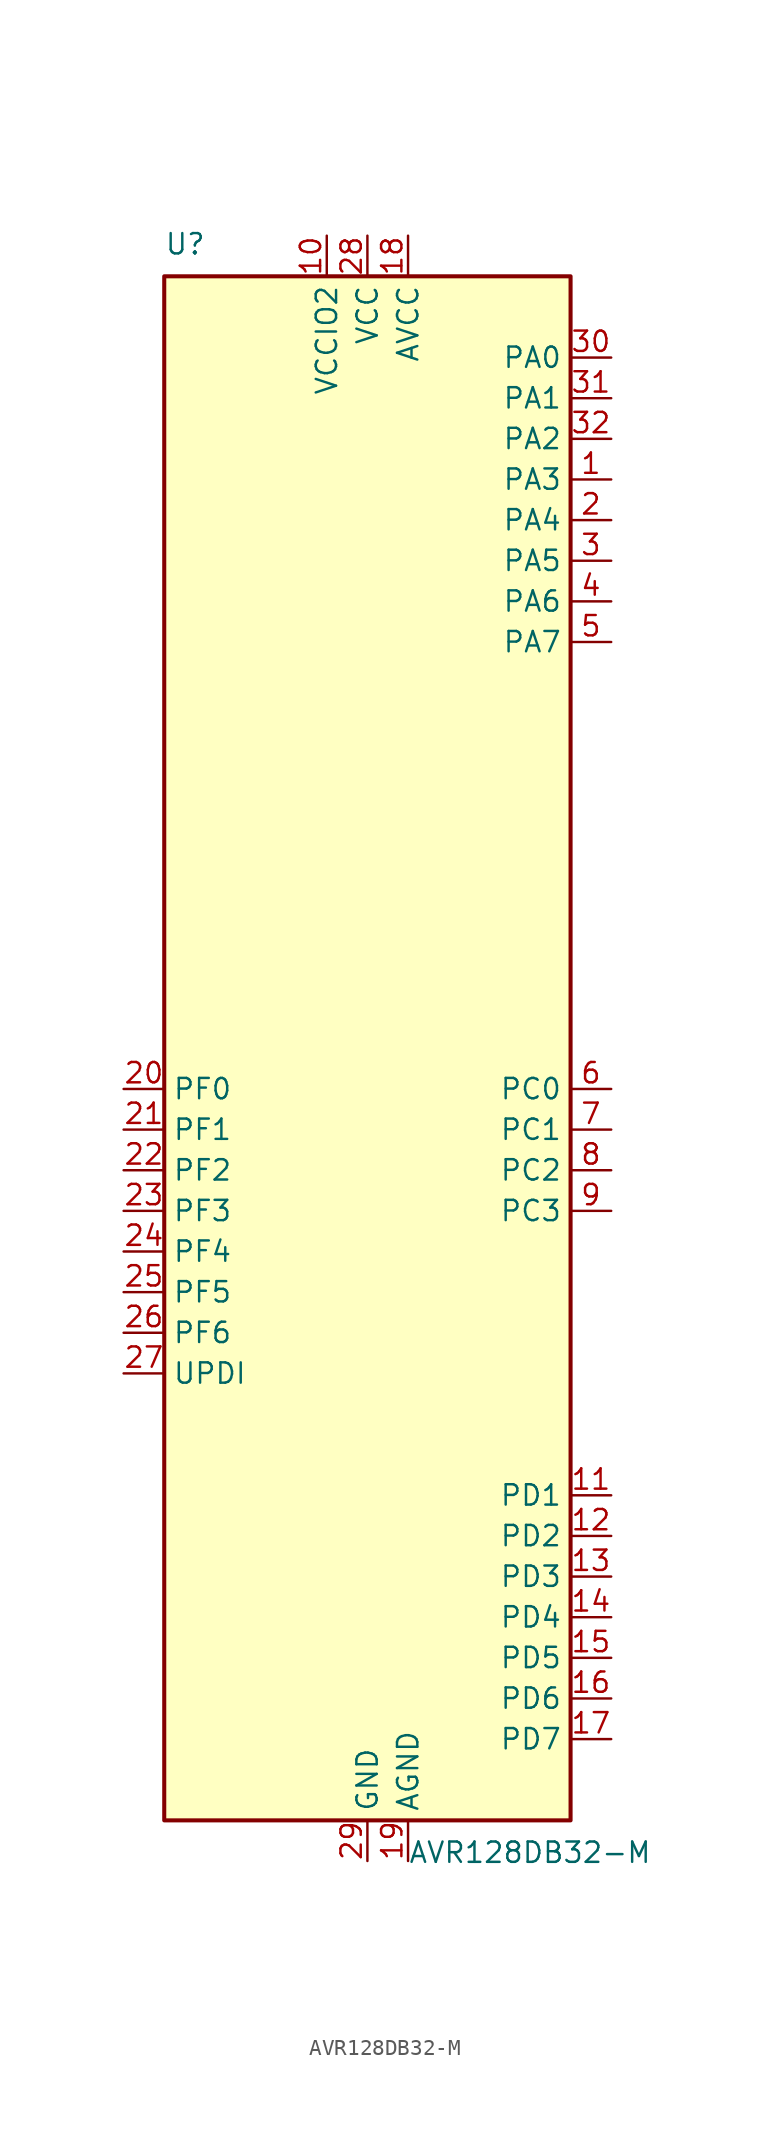
<source format=kicad_sym>
(kicad_symbol_lib
  (version 20211014)
  (generator kicad_symbol_editor)
  (symbol "AVR128DB32-M"
    (property "Reference" "U"
      (at -12.7 49.53 0)
      (effects (font (size 1.27 1.27)) (justify left bottom)))
    (property "Value" "AVR128DB32-M"
      (at 2.54 -49.53 0)
      (effects (font (size 1.27 1.27)) (justify left top)))
    (symbol "AVR128DB32-M_0_1"
      (rectangle (start -12.7 -48.26) (end 12.7 48.26) (stroke (width 0.254) (type default) (color 0 0 0 0)) (fill (type background))))
    (symbol "AVR128DB32-M_1_1"
      (pin bidirectional line (at 15.24 35.56 180) (length 2.54) (name "PA3" (effects (font (size 1.27 1.27)))) (number "1" (effects (font (size 1.27 1.27)))) (alternate "LUT0-OUT" output line) (alternate "TCA0-WO3" output line) (alternate "TCB1-WO" output line) (alternate "TWI0-SCL(MS)" bidirectional line) (alternate "USART0-XDIR" output line))
      (pin power_in line (at -2.54 50.8 270) (length 2.54) (name "VCCIO2" (effects (font (size 1.27 1.27)))) (number "10" (effects (font (size 1.27 1.27)))))
      (pin bidirectional line (at 15.24 -27.94 180) (length 2.54) (name "PD1" (effects (font (size 1.27 1.27)))) (number "11" (effects (font (size 1.27 1.27)))) (alternate "ADC0-AIN1" input line) (alternate "LUT2-IN1" input line) (alternate "OP0-INP" input line) (alternate "TCA0-WO1(3)" output line) (alternate "ZCD0-ZCIN" input line))
      (pin bidirectional line (at 15.24 -30.48 180) (length 2.54) (name "PD2" (effects (font (size 1.27 1.27)))) (number "12" (effects (font (size 1.27 1.27)))) (alternate "AC0-AINP0" input line) (alternate "AC1-AINP0" input line) (alternate "AC2-AINP0" input line) (alternate "ADC0-AIN2" input line) (alternate "EVOUTD" output line) (alternate "LUT2-IN2" input line) (alternate "OP0-OUT" output line) (alternate "TCA0-WO2(3)" output line))
      (pin bidirectional line (at 15.24 -33.02 180) (length 2.54) (name "PD3" (effects (font (size 1.27 1.27)))) (number "13" (effects (font (size 1.27 1.27)))) (alternate "AC0-AINN0" input line) (alternate "AC1-AINP1" input line) (alternate "ADC0-AIN3" input line) (alternate "LUT2-OUT" output line) (alternate "OP0-INN" input line) (alternate "TCA0-WO3(3)" output line))
      (pin bidirectional line (at 15.24 -35.56 180) (length 2.54) (name "PD4" (effects (font (size 1.27 1.27)))) (number "14" (effects (font (size 1.27 1.27)))) (alternate "AC1-AINP2" input line) (alternate "AC2-AINP1" input line) (alternate "ADC0-AIN4" input line) (alternate "OP1-INP" input line) (alternate "TCA0-WO4(3)" output line))
      (pin bidirectional line (at 15.24 -38.1 180) (length 2.54) (name "PD5" (effects (font (size 1.27 1.27)))) (number "15" (effects (font (size 1.27 1.27)))) (alternate "AC1-AINN0" input line) (alternate "ADC0-AIN5" input line) (alternate "OP1-OUT" output line) (alternate "TCA0-WO5(3)" output line))
      (pin bidirectional line (at 15.24 -40.64 180) (length 2.54) (name "PD6" (effects (font (size 1.27 1.27)))) (number "16" (effects (font (size 1.27 1.27)))) (alternate "AC0-AINP3" input line) (alternate "AC1-AINP3" input line) (alternate "AC2-AINP3" input line) (alternate "ADC0-AIN6" input line) (alternate "DAC0-OUT" output line) (alternate "LUT2-OUT(1)" output line))
      (pin bidirectional line (at 15.24 -43.18 180) (length 2.54) (name "PD7" (effects (font (size 1.27 1.27)))) (number "17" (effects (font (size 1.27 1.27)))) (alternate "AC0-AINN2" input line) (alternate "AC1-AINN2" input line) (alternate "AC2-AINN0/2" input line) (alternate "ADC0-AIN7" input line) (alternate "EVOUTD(1)" output line) (alternate "OP1-INN" input line) (alternate "VREFA" input line))
      (pin power_in line (at 2.54 50.8 270) (length 2.54) (name "AVCC" (effects (font (size 1.27 1.27)))) (number "18" (effects (font (size 1.27 1.27)))))
      (pin power_in line (at 2.54 -50.8 90) (length 2.54) (name "AGND" (effects (font (size 1.27 1.27)))) (number "19" (effects (font (size 1.27 1.27)))))
      (pin bidirectional line (at 15.24 33.02 180) (length 2.54) (name "PA4" (effects (font (size 1.27 1.27)))) (number "2" (effects (font (size 1.27 1.27)))) (alternate "SPI0-MOSI" bidirectional line) (alternate "TCA0-WO4" output line) (alternate "TCD0-WOA" output line) (alternate "USART0-TXD(1)" bidirectional line))
      (pin bidirectional line (at -15.24 -2.54 0) (length 2.54) (name "PF0" (effects (font (size 1.27 1.27)))) (number "20" (effects (font (size 1.27 1.27)))) (alternate "ADC0-AIN16(P)" input line) (alternate "LUT3-IN0" input line) (alternate "TCA0-WO0(5)" output line) (alternate "TCD0-WOA(2)" output line) (alternate "USART2-TXD" bidirectional line) (alternate "XTAL32K1" passive line))
      (pin bidirectional line (at -15.24 -5.08 0) (length 2.54) (name "PF1" (effects (font (size 1.27 1.27)))) (number "21" (effects (font (size 1.27 1.27)))) (alternate "ADC0-AIN17(P)" input line) (alternate "LUT3-IN1" input line) (alternate "TCA0-WO1(5)" output line) (alternate "TCD0-WOB(2)" output line) (alternate "USART2-RXD" input line) (alternate "XTAL32K2" passive line))
      (pin bidirectional line (at -15.24 -7.62 0) (length 2.54) (name "PF2" (effects (font (size 1.27 1.27)))) (number "22" (effects (font (size 1.27 1.27)))) (alternate "ADC0-AIN18(P)" input line) (alternate "EVOUTF" output line) (alternate "LUT3-IN2" input line) (alternate "TCA0-WO2(5)" output line) (alternate "TCD0-WOC(2)" output line) (alternate "TWI1-SDA(MS+)" bidirectional line) (alternate "USART2-XCK" bidirectional line))
      (pin bidirectional line (at -15.24 -10.16 0) (length 2.54) (name "PF3" (effects (font (size 1.27 1.27)))) (number "23" (effects (font (size 1.27 1.27)))) (alternate "ADC0-AIN19(P)" input line) (alternate "LUT3-OUT" output line) (alternate "TCA0-WO3(5)" output line) (alternate "TCD0-WOD(2)" output line) (alternate "TWI1-SCL(MS+)" bidirectional line) (alternate "USART2-XDIR" output line))
      (pin bidirectional line (at -15.24 -12.7 0) (length 2.54) (name "PF4" (effects (font (size 1.27 1.27)))) (number "24" (effects (font (size 1.27 1.27)))) (alternate "ADC0-AIN20(P)" input line) (alternate "TCA0-WO4(5)" output line) (alternate "TCB0-WO(1)" output line) (alternate "USART2-TXD(1)" output line))
      (pin bidirectional line (at -15.24 -15.24 0) (length 2.54) (name "PF5" (effects (font (size 1.27 1.27)))) (number "25" (effects (font (size 1.27 1.27)))) (alternate "ADC0-AIN21(P)" input line) (alternate "TCA0-WO5(5)" output line) (alternate "TCB1-WO(1)" output line) (alternate "USART2-RXD(1)" input line))
      (pin input line (at -15.24 -17.78 0) (length 2.54) (name "PF6" (effects (font (size 1.27 1.27)))) (number "26" (effects (font (size 1.27 1.27)))) (alternate "~{RESET}" input line))
      (pin bidirectional line (at -15.24 -20.32 0) (length 2.54) (name "UPDI" (effects (font (size 1.27 1.27)))) (number "27" (effects (font (size 1.27 1.27)))))
      (pin power_in line (at 0 50.8 270) (length 2.54) (name "VCC" (effects (font (size 1.27 1.27)))) (number "28" (effects (font (size 1.27 1.27)))))
      (pin power_in line (at 0 -50.8 90) (length 2.54) (name "GND" (effects (font (size 1.27 1.27)))) (number "29" (effects (font (size 1.27 1.27)))))
      (pin bidirectional line (at 15.24 30.48 180) (length 2.54) (name "PA5" (effects (font (size 1.27 1.27)))) (number "3" (effects (font (size 1.27 1.27)))) (alternate "SPI0-MISO" bidirectional line) (alternate "TCA0-WO5" output line) (alternate "TCD0-WOB" output line) (alternate "USART0-RXD(1)" input line))
      (pin bidirectional line (at 15.24 43.18 180) (length 2.54) (name "PA0" (effects (font (size 1.27 1.27)))) (number "30" (effects (font (size 1.27 1.27)))) (alternate "EXTCLK" input clock) (alternate "LUT0-IN0" input line) (alternate "TCA0-WO0" output line) (alternate "USART0-TXD" bidirectional line) (alternate "XTALHF1" passive line))
      (pin bidirectional line (at 15.24 40.64 180) (length 2.54) (name "PA1" (effects (font (size 1.27 1.27)))) (number "31" (effects (font (size 1.27 1.27)))) (alternate "LUT0-IN1" input line) (alternate "TCA0-WO1" output line) (alternate "USART0-RXD" input line) (alternate "XTALHF2" passive clock))
      (pin bidirectional line (at 15.24 38.1 180) (length 2.54) (name "PA2" (effects (font (size 1.27 1.27)))) (number "32" (effects (font (size 1.27 1.27)))) (alternate "EVOUTA" output line) (alternate "LUT0-IN2" input line) (alternate "TCA0-WO2" output line) (alternate "TCB0-WO" output line) (alternate "TWI0-SDA(MS)" bidirectional line) (alternate "USART0-XCK" bidirectional line))
      (pin bidirectional line (at 15.24 27.94 180) (length 2.54) (name "PA6" (effects (font (size 1.27 1.27)))) (number "4" (effects (font (size 1.27 1.27)))) (alternate "LUT0-OUT(1)" output line) (alternate "SPI0-SCK" bidirectional line) (alternate "TCD0-WOC" output line) (alternate "USART0-XCK(1)" bidirectional line))
      (pin bidirectional line (at 15.24 25.4 180) (length 2.54) (name "PA7" (effects (font (size 1.27 1.27)))) (number "5" (effects (font (size 1.27 1.27)))) (alternate "AC0-OUT" output line) (alternate "AC1-OUT" output line) (alternate "AC2-OUT" output line) (alternate "CLKOUT" output line) (alternate "EVOUTA(1)" output line) (alternate "SPI0-~{SS}" bidirectional line) (alternate "TCD0-WOD" output line) (alternate "USART0-XDIR(1)" output line) (alternate "ZCD0-OUT" output line) (alternate "ZCD1-OUT" output line) (alternate "ZDC2-OUT" output line))
      (pin bidirectional line (at 15.24 -2.54 180) (length 2.54) (name "PC0" (effects (font (size 1.27 1.27)))) (number "6" (effects (font (size 1.27 1.27)))) (alternate "LUT1-IN0" input line) (alternate "SPI1-MOSI" bidirectional line) (alternate "TCA0-WO0(2)" output line) (alternate "TCB2-WO" output line) (alternate "USART1-TXD" bidirectional line))
      (pin bidirectional line (at 15.24 -5.08 180) (length 2.54) (name "PC1" (effects (font (size 1.27 1.27)))) (number "7" (effects (font (size 1.27 1.27)))) (alternate "LUT1-IN1" input line) (alternate "SPI1-MISO" bidirectional line) (alternate "TCA0-WO1(2)" output line) (alternate "TCB3-WO(1)" output line) (alternate "USART1-RXD" input line))
      (pin bidirectional line (at 15.24 -7.62 180) (length 2.54) (name "PC2" (effects (font (size 1.27 1.27)))) (number "8" (effects (font (size 1.27 1.27)))) (alternate "EVOUTC" output line) (alternate "LUT1-IN2" input line) (alternate "SPI1-SCK" bidirectional line) (alternate "TCA-WO2(2)" output line) (alternate "TWI0-SDA(MS+)(0,2)" bidirectional line) (alternate "USART1-XCK" bidirectional line))
      (pin bidirectional line (at 15.24 -10.16 180) (length 2.54) (name "PC3" (effects (font (size 1.27 1.27)))) (number "9" (effects (font (size 1.27 1.27)))) (alternate "LUT1-OUT" output line) (alternate "SPI1-~{SS}" bidirectional line) (alternate "TCA0-WO3(2)" output line) (alternate "TWI0-SCL(MS)(0,2" bidirectional line) (alternate "USART1-XDIR" output line)))))
</source>
